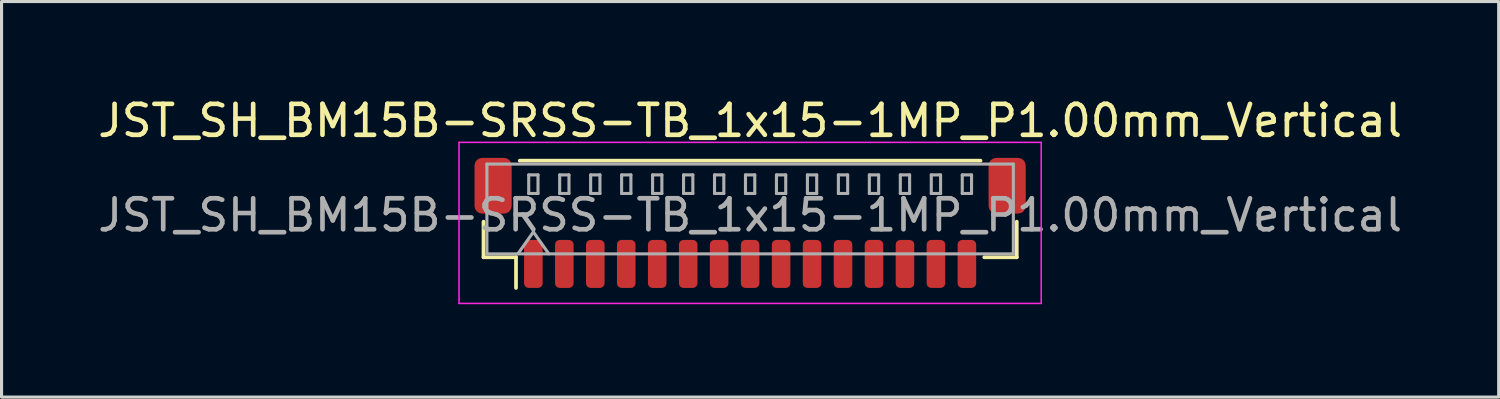
<source format=kicad_pcb>
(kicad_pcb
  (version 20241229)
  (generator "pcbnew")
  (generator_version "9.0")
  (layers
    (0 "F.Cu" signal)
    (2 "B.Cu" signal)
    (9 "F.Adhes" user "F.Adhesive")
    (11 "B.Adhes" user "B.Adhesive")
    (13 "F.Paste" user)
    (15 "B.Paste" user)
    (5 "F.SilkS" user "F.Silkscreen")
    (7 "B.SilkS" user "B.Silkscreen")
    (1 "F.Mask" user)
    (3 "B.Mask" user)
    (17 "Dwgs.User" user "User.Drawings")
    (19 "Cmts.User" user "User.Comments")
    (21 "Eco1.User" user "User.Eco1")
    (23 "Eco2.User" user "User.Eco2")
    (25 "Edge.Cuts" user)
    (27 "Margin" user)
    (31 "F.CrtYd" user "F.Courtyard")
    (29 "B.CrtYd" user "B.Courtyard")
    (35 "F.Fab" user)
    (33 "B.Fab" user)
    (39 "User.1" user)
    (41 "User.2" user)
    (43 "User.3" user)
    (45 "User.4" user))
  (footprint "JST_SH_BM15B-SRSS-TB_1x15-1MP_P1.00mm_Vertical"
    (layer "F.Cu")
    (at 21.173 4.148)
    (property "Reference" "JST_SH_BM15B-SRSS-TB_1x15-1MP_P1.00mm_Vertical" (at 0 -3.3 0) (layer "F.SilkS") (effects (font (size 1 1) (thickness 0.15))))
    (attr smd)
    (fp_line (start -8.61 -0.04) (end -8.61 1.11) (stroke (width 0.12) (type solid)) (layer "F.SilkS"))
    (fp_line (start -8.61 1.11) (end -7.56 1.11) (stroke (width 0.12) (type solid)) (layer "F.SilkS"))
    (fp_line (start -7.56 1.11) (end -7.56 2.1) (stroke (width 0.12) (type solid)) (layer "F.SilkS"))
    (fp_line (start -7.44 -2.01) (end 7.44 -2.01) (stroke (width 0.12) (type solid)) (layer "F.SilkS"))
    (fp_line (start 8.61 -0.04) (end 8.61 1.11) (stroke (width 0.12) (type solid)) (layer "F.SilkS"))
    (fp_line (start 8.61 1.11) (end 7.56 1.11) (stroke (width 0.12) (type solid)) (layer "F.SilkS"))
    (fp_line (start -9.4 -2.6) (end -9.4 2.6) (stroke (width 0.05) (type solid)) (layer "F.CrtYd"))
    (fp_line (start -9.4 2.6) (end 9.4 2.6) (stroke (width 0.05) (type solid)) (layer "F.CrtYd"))
    (fp_line (start 9.4 -2.6) (end -9.4 -2.6) (stroke (width 0.05) (type solid)) (layer "F.CrtYd"))
    (fp_line (start 9.4 2.6) (end 9.4 -2.6) (stroke (width 0.05) (type solid)) (layer "F.CrtYd"))
    (fp_line (start -8.5 -1.9) (end 8.5 -1.9) (stroke (width 0.1) (type solid)) (layer "F.Fab"))
    (fp_line (start -8.5 1) (end -8.5 -1.9) (stroke (width 0.1) (type solid)) (layer "F.Fab"))
    (fp_line (start -8.5 1) (end 8.5 1) (stroke (width 0.1) (type solid)) (layer "F.Fab"))
    (fp_line (start -7.5 1) (end -7 0.293) (stroke (width 0.1) (type solid)) (layer "F.Fab"))
    (fp_line (start -7.15 -1.55) (end -7.15 -0.95) (stroke (width 0.1) (type solid)) (layer "F.Fab"))
    (fp_line (start -7.15 -0.95) (end -6.85 -0.95) (stroke (width 0.1) (type solid)) (layer "F.Fab"))
    (fp_line (start -7 0.293) (end -6.5 1) (stroke (width 0.1) (type solid)) (layer "F.Fab"))
    (fp_line (start -6.85 -1.55) (end -7.15 -1.55) (stroke (width 0.1) (type solid)) (layer "F.Fab"))
    (fp_line (start -6.85 -0.95) (end -6.85 -1.55) (stroke (width 0.1) (type solid)) (layer "F.Fab"))
    (fp_line (start -6.15 -1.55) (end -6.15 -0.95) (stroke (width 0.1) (type solid)) (layer "F.Fab"))
    (fp_line (start -6.15 -0.95) (end -5.85 -0.95) (stroke (width 0.1) (type solid)) (layer "F.Fab"))
    (fp_line (start -5.85 -1.55) (end -6.15 -1.55) (stroke (width 0.1) (type solid)) (layer "F.Fab"))
    (fp_line (start -5.85 -0.95) (end -5.85 -1.55) (stroke (width 0.1) (type solid)) (layer "F.Fab"))
    (fp_line (start -5.15 -1.55) (end -5.15 -0.95) (stroke (width 0.1) (type solid)) (layer "F.Fab"))
    (fp_line (start -5.15 -0.95) (end -4.85 -0.95) (stroke (width 0.1) (type solid)) (layer "F.Fab"))
    (fp_line (start -4.85 -1.55) (end -5.15 -1.55) (stroke (width 0.1) (type solid)) (layer "F.Fab"))
    (fp_line (start -4.85 -0.95) (end -4.85 -1.55) (stroke (width 0.1) (type solid)) (layer "F.Fab"))
    (fp_line (start -4.15 -1.55) (end -4.15 -0.95) (stroke (width 0.1) (type solid)) (layer "F.Fab"))
    (fp_line (start -4.15 -0.95) (end -3.85 -0.95) (stroke (width 0.1) (type solid)) (layer "F.Fab"))
    (fp_line (start -3.85 -1.55) (end -4.15 -1.55) (stroke (width 0.1) (type solid)) (layer "F.Fab"))
    (fp_line (start -3.85 -0.95) (end -3.85 -1.55) (stroke (width 0.1) (type solid)) (layer "F.Fab"))
    (fp_line (start -3.15 -1.55) (end -3.15 -0.95) (stroke (width 0.1) (type solid)) (layer "F.Fab"))
    (fp_line (start -3.15 -0.95) (end -2.85 -0.95) (stroke (width 0.1) (type solid)) (layer "F.Fab"))
    (fp_line (start -2.85 -1.55) (end -3.15 -1.55) (stroke (width 0.1) (type solid)) (layer "F.Fab"))
    (fp_line (start -2.85 -0.95) (end -2.85 -1.55) (stroke (width 0.1) (type solid)) (layer "F.Fab"))
    (fp_line (start -2.15 -1.55) (end -2.15 -0.95) (stroke (width 0.1) (type solid)) (layer "F.Fab"))
    (fp_line (start -2.15 -0.95) (end -1.85 -0.95) (stroke (width 0.1) (type solid)) (layer "F.Fab"))
    (fp_line (start -1.85 -1.55) (end -2.15 -1.55) (stroke (width 0.1) (type solid)) (layer "F.Fab"))
    (fp_line (start -1.85 -0.95) (end -1.85 -1.55) (stroke (width 0.1) (type solid)) (layer "F.Fab"))
    (fp_line (start -1.15 -1.55) (end -1.15 -0.95) (stroke (width 0.1) (type solid)) (layer "F.Fab"))
    (fp_line (start -1.15 -0.95) (end -0.85 -0.95) (stroke (width 0.1) (type solid)) (layer "F.Fab"))
    (fp_line (start -0.85 -1.55) (end -1.15 -1.55) (stroke (width 0.1) (type solid)) (layer "F.Fab"))
    (fp_line (start -0.85 -0.95) (end -0.85 -1.55) (stroke (width 0.1) (type solid)) (layer "F.Fab"))
    (fp_line (start -0.15 -1.55) (end -0.15 -0.95) (stroke (width 0.1) (type solid)) (layer "F.Fab"))
    (fp_line (start -0.15 -0.95) (end 0.15 -0.95) (stroke (width 0.1) (type solid)) (layer "F.Fab"))
    (fp_line (start 0.15 -1.55) (end -0.15 -1.55) (stroke (width 0.1) (type solid)) (layer "F.Fab"))
    (fp_line (start 0.15 -0.95) (end 0.15 -1.55) (stroke (width 0.1) (type solid)) (layer "F.Fab"))
    (fp_line (start 0.85 -1.55) (end 0.85 -0.95) (stroke (width 0.1) (type solid)) (layer "F.Fab"))
    (fp_line (start 0.85 -0.95) (end 1.15 -0.95) (stroke (width 0.1) (type solid)) (layer "F.Fab"))
    (fp_line (start 1.15 -1.55) (end 0.85 -1.55) (stroke (width 0.1) (type solid)) (layer "F.Fab"))
    (fp_line (start 1.15 -0.95) (end 1.15 -1.55) (stroke (width 0.1) (type solid)) (layer "F.Fab"))
    (fp_line (start 1.85 -1.55) (end 1.85 -0.95) (stroke (width 0.1) (type solid)) (layer "F.Fab"))
    (fp_line (start 1.85 -0.95) (end 2.15 -0.95) (stroke (width 0.1) (type solid)) (layer "F.Fab"))
    (fp_line (start 2.15 -1.55) (end 1.85 -1.55) (stroke (width 0.1) (type solid)) (layer "F.Fab"))
    (fp_line (start 2.15 -0.95) (end 2.15 -1.55) (stroke (width 0.1) (type solid)) (layer "F.Fab"))
    (fp_line (start 2.85 -1.55) (end 2.85 -0.95) (stroke (width 0.1) (type solid)) (layer "F.Fab"))
    (fp_line (start 2.85 -0.95) (end 3.15 -0.95) (stroke (width 0.1) (type solid)) (layer "F.Fab"))
    (fp_line (start 3.15 -1.55) (end 2.85 -1.55) (stroke (width 0.1) (type solid)) (layer "F.Fab"))
    (fp_line (start 3.15 -0.95) (end 3.15 -1.55) (stroke (width 0.1) (type solid)) (layer "F.Fab"))
    (fp_line (start 3.85 -1.55) (end 3.85 -0.95) (stroke (width 0.1) (type solid)) (layer "F.Fab"))
    (fp_line (start 3.85 -0.95) (end 4.15 -0.95) (stroke (width 0.1) (type solid)) (layer "F.Fab"))
    (fp_line (start 4.15 -1.55) (end 3.85 -1.55) (stroke (width 0.1) (type solid)) (layer "F.Fab"))
    (fp_line (start 4.15 -0.95) (end 4.15 -1.55) (stroke (width 0.1) (type solid)) (layer "F.Fab"))
    (fp_line (start 4.85 -1.55) (end 4.85 -0.95) (stroke (width 0.1) (type solid)) (layer "F.Fab"))
    (fp_line (start 4.85 -0.95) (end 5.15 -0.95) (stroke (width 0.1) (type solid)) (layer "F.Fab"))
    (fp_line (start 5.15 -1.55) (end 4.85 -1.55) (stroke (width 0.1) (type solid)) (layer "F.Fab"))
    (fp_line (start 5.15 -0.95) (end 5.15 -1.55) (stroke (width 0.1) (type solid)) (layer "F.Fab"))
    (fp_line (start 5.85 -1.55) (end 5.85 -0.95) (stroke (width 0.1) (type solid)) (layer "F.Fab"))
    (fp_line (start 5.85 -0.95) (end 6.15 -0.95) (stroke (width 0.1) (type solid)) (layer "F.Fab"))
    (fp_line (start 6.15 -1.55) (end 5.85 -1.55) (stroke (width 0.1) (type solid)) (layer "F.Fab"))
    (fp_line (start 6.15 -0.95) (end 6.15 -1.55) (stroke (width 0.1) (type solid)) (layer "F.Fab"))
    (fp_line (start 6.85 -1.55) (end 6.85 -0.95) (stroke (width 0.1) (type solid)) (layer "F.Fab"))
    (fp_line (start 6.85 -0.95) (end 7.15 -0.95) (stroke (width 0.1) (type solid)) (layer "F.Fab"))
    (fp_line (start 7.15 -1.55) (end 6.85 -1.55) (stroke (width 0.1) (type solid)) (layer "F.Fab"))
    (fp_line (start 7.15 -0.95) (end 7.15 -1.55) (stroke (width 0.1) (type solid)) (layer "F.Fab"))
    (fp_line (start 8.5 1) (end 8.5 -1.9) (stroke (width 0.1) (type solid)) (layer "F.Fab"))
    (fp_text user "${REFERENCE}" (at 0 -0.25 0) (layer "F.Fab") (effects (font (size 1 1) (thickness 0.15))))
    (pad "1" smd roundrect (at -7 1.325) (size 0.6 1.55) (layers "F.Cu" "F.Mask" "F.Paste") (roundrect_rratio 0.25))
    (pad "2" smd roundrect (at -6 1.325) (size 0.6 1.55) (layers "F.Cu" "F.Mask" "F.Paste") (roundrect_rratio 0.25))
    (pad "3" smd roundrect (at -5 1.325) (size 0.6 1.55) (layers "F.Cu" "F.Mask" "F.Paste") (roundrect_rratio 0.25))
    (pad "4" smd roundrect (at -4 1.325) (size 0.6 1.55) (layers "F.Cu" "F.Mask" "F.Paste") (roundrect_rratio 0.25))
    (pad "5" smd roundrect (at -3 1.325) (size 0.6 1.55) (layers "F.Cu" "F.Mask" "F.Paste") (roundrect_rratio 0.25))
    (pad "6" smd roundrect (at -2 1.325) (size 0.6 1.55) (layers "F.Cu" "F.Mask" "F.Paste") (roundrect_rratio 0.25))
    (pad "7" smd roundrect (at -1 1.325) (size 0.6 1.55) (layers "F.Cu" "F.Mask" "F.Paste") (roundrect_rratio 0.25))
    (pad "8" smd roundrect (at 0 1.325) (size 0.6 1.55) (layers "F.Cu" "F.Mask" "F.Paste") (roundrect_rratio 0.25))
    (pad "9" smd roundrect (at 1 1.325) (size 0.6 1.55) (layers "F.Cu" "F.Mask" "F.Paste") (roundrect_rratio 0.25))
    (pad "10" smd roundrect (at 2 1.325) (size 0.6 1.55) (layers "F.Cu" "F.Mask" "F.Paste") (roundrect_rratio 0.25))
    (pad "11" smd roundrect (at 3 1.325) (size 0.6 1.55) (layers "F.Cu" "F.Mask" "F.Paste") (roundrect_rratio 0.25))
    (pad "12" smd roundrect (at 4 1.325) (size 0.6 1.55) (layers "F.Cu" "F.Mask" "F.Paste") (roundrect_rratio 0.25))
    (pad "13" smd roundrect (at 5 1.325) (size 0.6 1.55) (layers "F.Cu" "F.Mask" "F.Paste") (roundrect_rratio 0.25))
    (pad "14" smd roundrect (at 6 1.325) (size 0.6 1.55) (layers "F.Cu" "F.Mask" "F.Paste") (roundrect_rratio 0.25))
    (pad "15" smd roundrect (at 7 1.325) (size 0.6 1.55) (layers "F.Cu" "F.Mask" "F.Paste") (roundrect_rratio 0.25))
    (pad "MP" smd roundrect (at -8.3 -1.2) (size 1.2 1.8) (layers "F.Cu" "F.Mask" "F.Paste") (roundrect_rratio 0.208))
    (pad "MP" smd roundrect (at 8.3 -1.2) (size 1.2 1.8) (layers "F.Cu" "F.Mask" "F.Paste") (roundrect_rratio 0.208)))
  (gr_rect
    (start -3 -3)
    (end 45.345 9.773)
    (stroke (width 0.1) (type default))
    (fill no)
    (layer "Edge.Cuts")))
</source>
